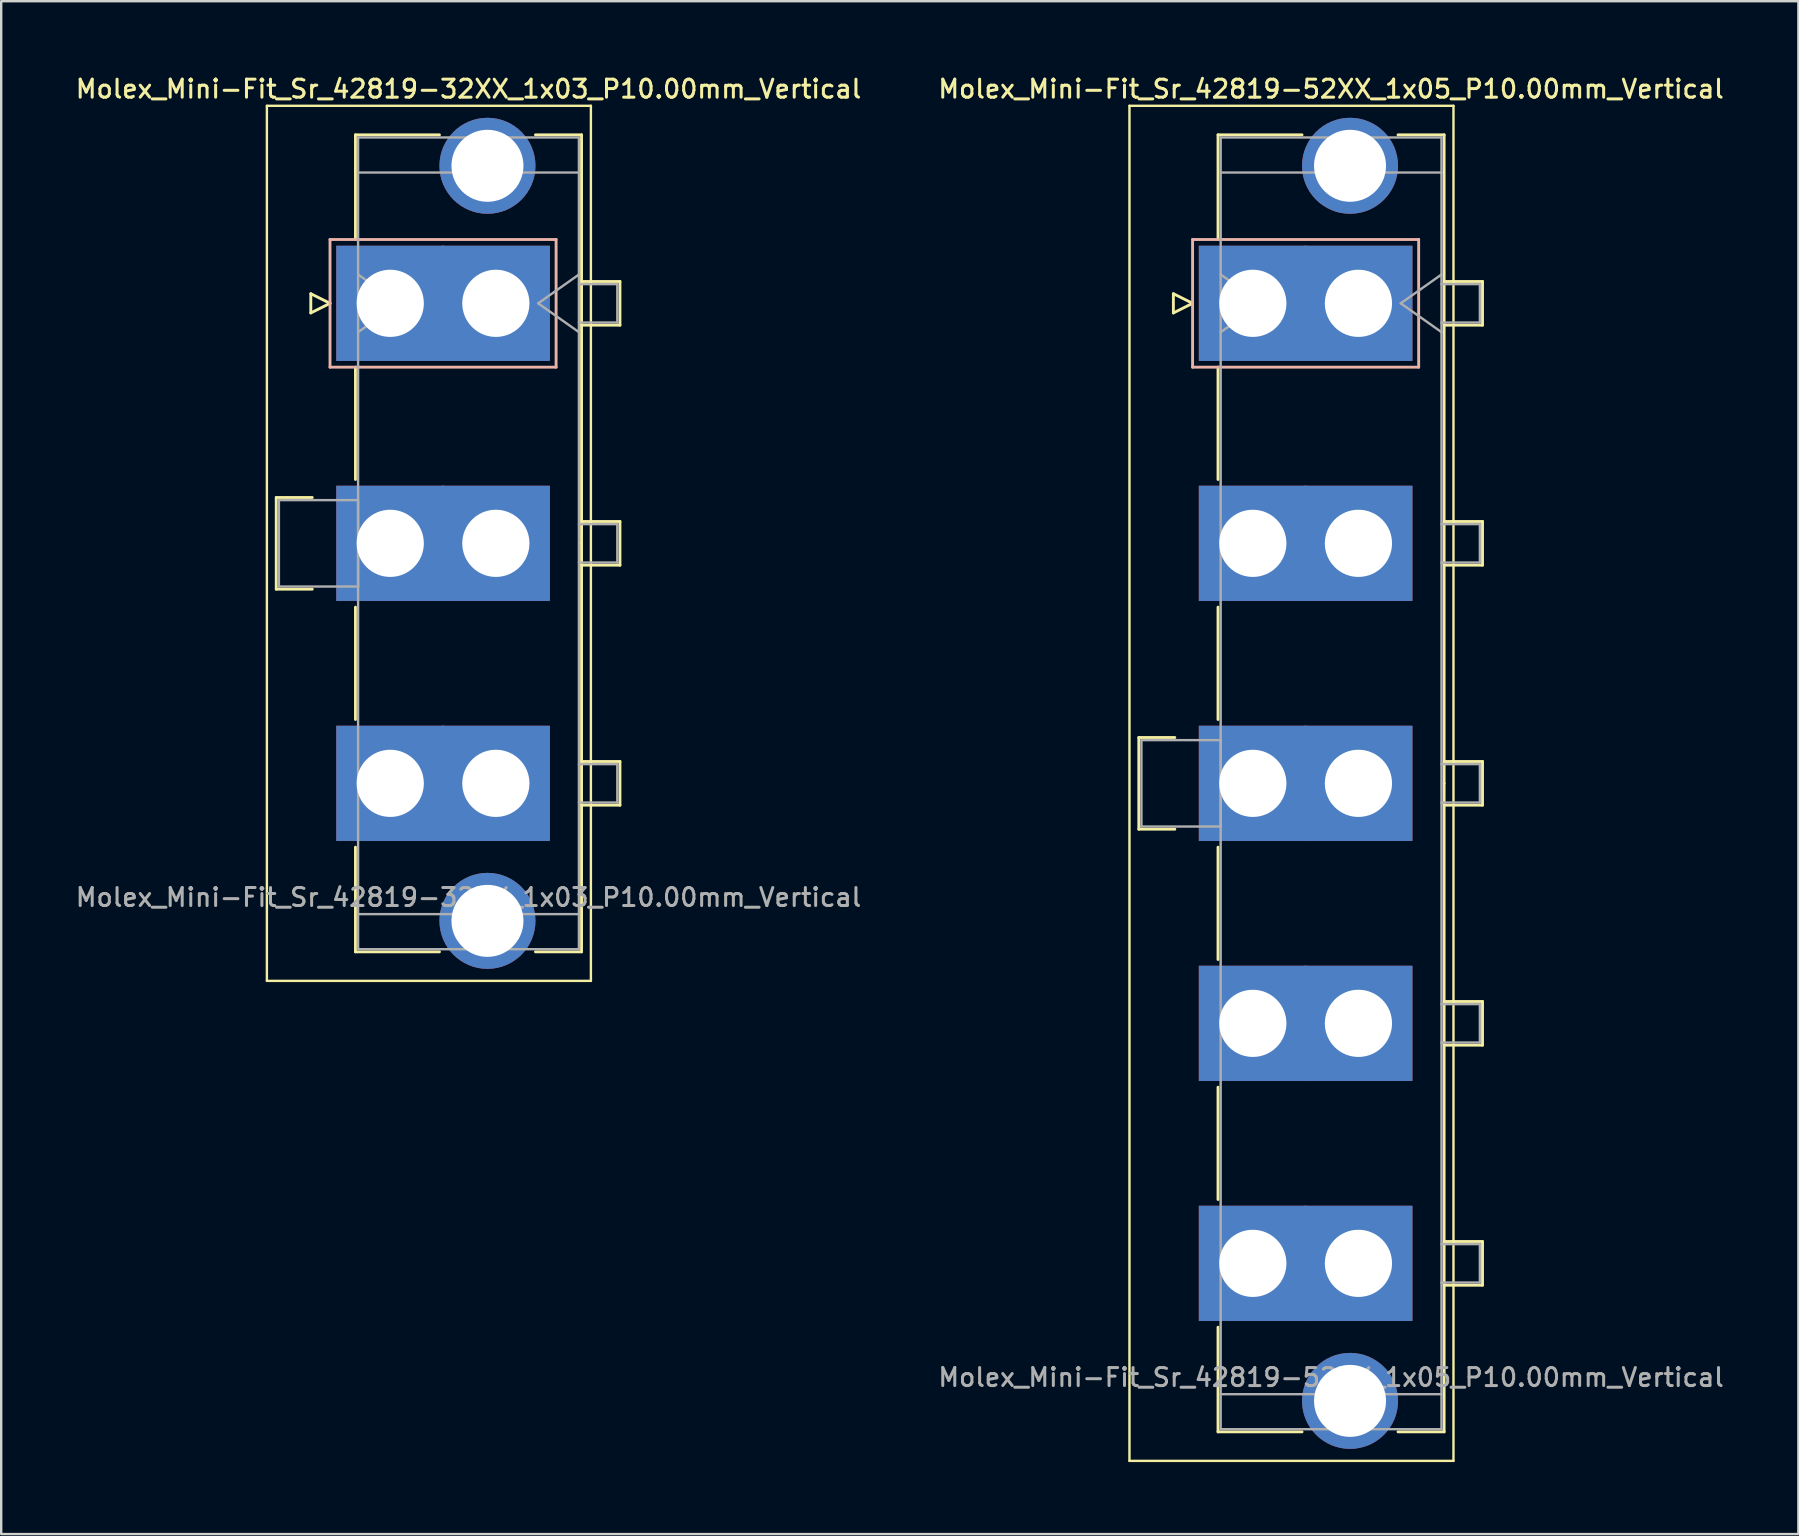
<source format=kicad_pcb>
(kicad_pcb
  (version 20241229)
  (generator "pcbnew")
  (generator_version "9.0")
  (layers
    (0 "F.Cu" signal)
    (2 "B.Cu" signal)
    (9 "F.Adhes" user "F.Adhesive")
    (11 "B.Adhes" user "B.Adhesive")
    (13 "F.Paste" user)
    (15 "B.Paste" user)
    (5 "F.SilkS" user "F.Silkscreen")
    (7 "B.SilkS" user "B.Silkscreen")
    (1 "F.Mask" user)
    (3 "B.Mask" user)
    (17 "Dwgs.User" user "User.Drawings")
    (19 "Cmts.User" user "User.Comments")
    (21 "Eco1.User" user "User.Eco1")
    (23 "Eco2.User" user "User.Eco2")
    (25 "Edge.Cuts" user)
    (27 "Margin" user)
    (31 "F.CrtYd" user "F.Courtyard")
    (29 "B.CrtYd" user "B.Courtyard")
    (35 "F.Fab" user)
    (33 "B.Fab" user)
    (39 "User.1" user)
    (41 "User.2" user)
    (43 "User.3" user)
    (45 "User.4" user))
  (footprint "Molex_Mini-Fit_Sr_42819-32XX_1x03_P10.00mm_Vertical"
    (layer "F.Cu")
    (at 13.21 9.588)
    (property "Reference" "Molex_Mini-Fit_Sr_42819-32XX_1x03_P10.00mm_Vertical" (at 3.26 -8.93 0) (layer "F.SilkS") (effects (font (size 0.75 0.75) (thickness 0.125))))
    (attr through_hole)
    (fp_line (start -5.14 -8.23) (end -5.14 28.23) (stroke (width 0.1) (type solid)) (layer "F.SilkS"))
    (fp_line (start -5.14 28.23) (end 8.36 28.23) (stroke (width 0.1) (type solid)) (layer "F.SilkS"))
    (fp_line (start -4.75 8.09) (end -4.75 11.91) (stroke (width 0.12) (type solid)) (layer "F.SilkS"))
    (fp_line (start -4.75 11.91) (end -3.25 11.91) (stroke (width 0.12) (type solid)) (layer "F.SilkS"))
    (fp_line (start -3.31 -0.4) (end -3.31 0.4) (stroke (width 0.12) (type solid)) (layer "F.SilkS"))
    (fp_line (start -3.31 0.4) (end -2.51 0) (stroke (width 0.12) (type solid)) (layer "F.SilkS"))
    (fp_line (start -3.25 8.09) (end -4.75 8.09) (stroke (width 0.12) (type solid)) (layer "F.SilkS"))
    (fp_line (start -2.51 0) (end -3.31 -0.4) (stroke (width 0.12) (type solid)) (layer "F.SilkS"))
    (fp_line (start -1.45 -7.02) (end 2.05 -7.02) (stroke (width 0.12) (type solid)) (layer "F.SilkS"))
    (fp_line (start -1.45 -2.66) (end -1.45 -7.02) (stroke (width 0.12) (type solid)) (layer "F.SilkS"))
    (fp_line (start -1.45 2.66) (end -1.45 7.34) (stroke (width 0.12) (type solid)) (layer "F.SilkS"))
    (fp_line (start -1.45 12.66) (end -1.45 17.34) (stroke (width 0.12) (type solid)) (layer "F.SilkS"))
    (fp_line (start -1.45 22.66) (end -1.45 27.02) (stroke (width 0.12) (type solid)) (layer "F.SilkS"))
    (fp_line (start -1.45 27.02) (end 2.05 27.02) (stroke (width 0.12) (type solid)) (layer "F.SilkS"))
    (fp_line (start 6.05 -7.02) (end 7.97 -7.02) (stroke (width 0.12) (type solid)) (layer "F.SilkS"))
    (fp_line (start 6.05 27.02) (end 7.97 27.02) (stroke (width 0.12) (type solid)) (layer "F.SilkS"))
    (fp_line (start 7.97 -7.02) (end 7.97 10) (stroke (width 0.12) (type solid)) (layer "F.SilkS"))
    (fp_line (start 7.97 -0.91) (end 9.57 -0.91) (stroke (width 0.12) (type solid)) (layer "F.SilkS"))
    (fp_line (start 7.97 9.09) (end 9.57 9.09) (stroke (width 0.12) (type solid)) (layer "F.SilkS"))
    (fp_line (start 7.97 19.09) (end 9.57 19.09) (stroke (width 0.12) (type solid)) (layer "F.SilkS"))
    (fp_line (start 7.97 27.02) (end 7.97 10) (stroke (width 0.12) (type solid)) (layer "F.SilkS"))
    (fp_line (start 8.36 -8.23) (end -5.14 -8.23) (stroke (width 0.1) (type solid)) (layer "F.SilkS"))
    (fp_line (start 8.36 28.23) (end 8.36 -8.23) (stroke (width 0.1) (type solid)) (layer "F.SilkS"))
    (fp_line (start 9.57 -0.91) (end 9.57 0.91) (stroke (width 0.12) (type solid)) (layer "F.SilkS"))
    (fp_line (start 9.57 0.91) (end 7.97 0.91) (stroke (width 0.12) (type solid)) (layer "F.SilkS"))
    (fp_line (start 9.57 9.09) (end 9.57 10.91) (stroke (width 0.12) (type solid)) (layer "F.SilkS"))
    (fp_line (start 9.57 10.91) (end 7.97 10.91) (stroke (width 0.12) (type solid)) (layer "F.SilkS"))
    (fp_line (start 9.57 19.09) (end 9.57 20.91) (stroke (width 0.12) (type solid)) (layer "F.SilkS"))
    (fp_line (start 9.57 20.91) (end 7.97 20.91) (stroke (width 0.12) (type solid)) (layer "F.SilkS"))
    (fp_line (start -2.51 -2.66) (end -2.51 2.66) (stroke (width 0.12) (type solid)) (layer "B.SilkS"))
    (fp_line (start -2.51 2.66) (end 6.91 2.66) (stroke (width 0.12) (type solid)) (layer "B.SilkS"))
    (fp_line (start 6.91 -2.66) (end -2.51 -2.66) (stroke (width 0.12) (type solid)) (layer "B.SilkS"))
    (fp_line (start 6.91 2.66) (end 6.91 -2.66) (stroke (width 0.12) (type solid)) (layer "B.SilkS"))
    (fp_line (start -4.64 8.2) (end -1.34 8.2) (stroke (width 0.1) (type solid)) (layer "F.Fab"))
    (fp_line (start -4.64 11.8) (end -4.64 8.2) (stroke (width 0.1) (type solid)) (layer "F.Fab"))
    (fp_line (start -1.34 -6.91) (end -1.34 26.91) (stroke (width 0.1) (type solid)) (layer "F.Fab"))
    (fp_line (start -1.34 -5.45) (end 7.86 -5.45) (stroke (width 0.1) (type solid)) (layer "F.Fab"))
    (fp_line (start -1.34 -1.2) (end 0.357 0) (stroke (width 0.1) (type solid)) (layer "F.Fab"))
    (fp_line (start -1.34 8.2) (end -1.34 11.8) (stroke (width 0.1) (type solid)) (layer "F.Fab"))
    (fp_line (start -1.34 11.8) (end -4.64 11.8) (stroke (width 0.1) (type solid)) (layer "F.Fab"))
    (fp_line (start -1.34 25.45) (end 7.86 25.45) (stroke (width 0.1) (type solid)) (layer "F.Fab"))
    (fp_line (start -1.34 26.91) (end 7.86 26.91) (stroke (width 0.1) (type solid)) (layer "F.Fab"))
    (fp_line (start 0.357 0) (end -1.34 1.2) (stroke (width 0.1) (type solid)) (layer "F.Fab"))
    (fp_line (start 6.163 0) (end 7.86 1.2) (stroke (width 0.1) (type solid)) (layer "F.Fab"))
    (fp_line (start 7.86 -6.91) (end -1.34 -6.91) (stroke (width 0.1) (type solid)) (layer "F.Fab"))
    (fp_line (start 7.86 -1.2) (end 6.163 0) (stroke (width 0.1) (type solid)) (layer "F.Fab"))
    (fp_line (start 7.86 -0.8) (end 9.46 -0.8) (stroke (width 0.1) (type solid)) (layer "F.Fab"))
    (fp_line (start 7.86 9.2) (end 9.46 9.2) (stroke (width 0.1) (type solid)) (layer "F.Fab"))
    (fp_line (start 7.86 19.2) (end 9.46 19.2) (stroke (width 0.1) (type solid)) (layer "F.Fab"))
    (fp_line (start 7.86 26.91) (end 7.86 -6.91) (stroke (width 0.1) (type solid)) (layer "F.Fab"))
    (fp_line (start 9.46 -0.8) (end 9.46 0.8) (stroke (width 0.1) (type solid)) (layer "F.Fab"))
    (fp_line (start 9.46 0.8) (end 7.86 0.8) (stroke (width 0.1) (type solid)) (layer "F.Fab"))
    (fp_line (start 9.46 9.2) (end 9.46 10.8) (stroke (width 0.1) (type solid)) (layer "F.Fab"))
    (fp_line (start 9.46 10.8) (end 7.86 10.8) (stroke (width 0.1) (type solid)) (layer "F.Fab"))
    (fp_line (start 9.46 19.2) (end 9.46 20.8) (stroke (width 0.1) (type solid)) (layer "F.Fab"))
    (fp_line (start 9.46 20.8) (end 7.86 20.8) (stroke (width 0.1) (type solid)) (layer "F.Fab"))
    (fp_text user "${REFERENCE}" (at 3.26 24.75 0) (layer "F.Fab") (effects (font (size 0.75 0.75) (thickness 0.125))))
    (pad "" thru_hole circle (at 4.05 -5.73) (size 4 4) (drill 3) (layers "*.Cu" "*.Mask"))
    (pad "" thru_hole circle (at 4.05 25.73) (size 4 4) (drill 3) (layers "*.Cu" "*.Mask"))
    (pad "1" thru_hole rect (at 0 0) (size 4.5 4.8) (drill 2.8) (layers "*.Cu" "*.Mask"))
    (pad "1" thru_hole rect (at 4.4 0) (size 4.5 4.8) (drill 2.8) (layers "*.Cu" "*.Mask"))
    (pad "2" thru_hole rect (at 0 10) (size 4.5 4.8) (drill 2.8) (layers "*.Cu" "*.Mask"))
    (pad "2" thru_hole rect (at 4.4 10) (size 4.5 4.8) (drill 2.8) (layers "*.Cu" "*.Mask"))
    (pad "3" thru_hole rect (at 0 20) (size 4.5 4.8) (drill 2.8) (layers "*.Cu" "*.Mask"))
    (pad "3" thru_hole rect (at 4.4 20) (size 4.5 4.8) (drill 2.8) (layers "*.Cu" "*.Mask")))
  (footprint "Molex_Mini-Fit_Sr_42819-52XX_1x05_P10.00mm_Vertical"
    (layer "F.Cu")
    (at 49.149 9.588)
    (property "Reference" "Molex_Mini-Fit_Sr_42819-52XX_1x05_P10.00mm_Vertical" (at 3.26 -8.93 0) (layer "F.SilkS") (effects (font (size 0.75 0.75) (thickness 0.125))))
    (attr through_hole)
    (fp_line (start -5.14 -8.23) (end -5.14 48.23) (stroke (width 0.1) (type solid)) (layer "F.SilkS"))
    (fp_line (start -5.14 48.23) (end 8.36 48.23) (stroke (width 0.1) (type solid)) (layer "F.SilkS"))
    (fp_line (start -4.75 18.09) (end -4.75 21.91) (stroke (width 0.12) (type solid)) (layer "F.SilkS"))
    (fp_line (start -4.75 21.91) (end -3.25 21.91) (stroke (width 0.12) (type solid)) (layer "F.SilkS"))
    (fp_line (start -3.31 -0.4) (end -3.31 0.4) (stroke (width 0.12) (type solid)) (layer "F.SilkS"))
    (fp_line (start -3.31 0.4) (end -2.51 0) (stroke (width 0.12) (type solid)) (layer "F.SilkS"))
    (fp_line (start -3.25 18.09) (end -4.75 18.09) (stroke (width 0.12) (type solid)) (layer "F.SilkS"))
    (fp_line (start -2.51 0) (end -3.31 -0.4) (stroke (width 0.12) (type solid)) (layer "F.SilkS"))
    (fp_line (start -1.45 -7.02) (end 2.05 -7.02) (stroke (width 0.12) (type solid)) (layer "F.SilkS"))
    (fp_line (start -1.45 -2.66) (end -1.45 -7.02) (stroke (width 0.12) (type solid)) (layer "F.SilkS"))
    (fp_line (start -1.45 2.66) (end -1.45 7.34) (stroke (width 0.12) (type solid)) (layer "F.SilkS"))
    (fp_line (start -1.45 12.66) (end -1.45 17.34) (stroke (width 0.12) (type solid)) (layer "F.SilkS"))
    (fp_line (start -1.45 22.66) (end -1.45 27.34) (stroke (width 0.12) (type solid)) (layer "F.SilkS"))
    (fp_line (start -1.45 32.66) (end -1.45 37.34) (stroke (width 0.12) (type solid)) (layer "F.SilkS"))
    (fp_line (start -1.45 42.66) (end -1.45 47.02) (stroke (width 0.12) (type solid)) (layer "F.SilkS"))
    (fp_line (start -1.45 47.02) (end 2.05 47.02) (stroke (width 0.12) (type solid)) (layer "F.SilkS"))
    (fp_line (start 6.05 -7.02) (end 7.97 -7.02) (stroke (width 0.12) (type solid)) (layer "F.SilkS"))
    (fp_line (start 6.05 47.02) (end 7.97 47.02) (stroke (width 0.12) (type solid)) (layer "F.SilkS"))
    (fp_line (start 7.97 -7.02) (end 7.97 20) (stroke (width 0.12) (type solid)) (layer "F.SilkS"))
    (fp_line (start 7.97 -0.91) (end 9.57 -0.91) (stroke (width 0.12) (type solid)) (layer "F.SilkS"))
    (fp_line (start 7.97 9.09) (end 9.57 9.09) (stroke (width 0.12) (type solid)) (layer "F.SilkS"))
    (fp_line (start 7.97 19.09) (end 9.57 19.09) (stroke (width 0.12) (type solid)) (layer "F.SilkS"))
    (fp_line (start 7.97 29.09) (end 9.57 29.09) (stroke (width 0.12) (type solid)) (layer "F.SilkS"))
    (fp_line (start 7.97 39.09) (end 9.57 39.09) (stroke (width 0.12) (type solid)) (layer "F.SilkS"))
    (fp_line (start 7.97 47.02) (end 7.97 20) (stroke (width 0.12) (type solid)) (layer "F.SilkS"))
    (fp_line (start 8.36 -8.23) (end -5.14 -8.23) (stroke (width 0.1) (type solid)) (layer "F.SilkS"))
    (fp_line (start 8.36 48.23) (end 8.36 -8.23) (stroke (width 0.1) (type solid)) (layer "F.SilkS"))
    (fp_line (start 9.57 -0.91) (end 9.57 0.91) (stroke (width 0.12) (type solid)) (layer "F.SilkS"))
    (fp_line (start 9.57 0.91) (end 7.97 0.91) (stroke (width 0.12) (type solid)) (layer "F.SilkS"))
    (fp_line (start 9.57 9.09) (end 9.57 10.91) (stroke (width 0.12) (type solid)) (layer "F.SilkS"))
    (fp_line (start 9.57 10.91) (end 7.97 10.91) (stroke (width 0.12) (type solid)) (layer "F.SilkS"))
    (fp_line (start 9.57 19.09) (end 9.57 20.91) (stroke (width 0.12) (type solid)) (layer "F.SilkS"))
    (fp_line (start 9.57 20.91) (end 7.97 20.91) (stroke (width 0.12) (type solid)) (layer "F.SilkS"))
    (fp_line (start 9.57 29.09) (end 9.57 30.91) (stroke (width 0.12) (type solid)) (layer "F.SilkS"))
    (fp_line (start 9.57 30.91) (end 7.97 30.91) (stroke (width 0.12) (type solid)) (layer "F.SilkS"))
    (fp_line (start 9.57 39.09) (end 9.57 40.91) (stroke (width 0.12) (type solid)) (layer "F.SilkS"))
    (fp_line (start 9.57 40.91) (end 7.97 40.91) (stroke (width 0.12) (type solid)) (layer "F.SilkS"))
    (fp_line (start -2.51 -2.66) (end -2.51 2.66) (stroke (width 0.12) (type solid)) (layer "B.SilkS"))
    (fp_line (start -2.51 2.66) (end 6.91 2.66) (stroke (width 0.12) (type solid)) (layer "B.SilkS"))
    (fp_line (start 6.91 -2.66) (end -2.51 -2.66) (stroke (width 0.12) (type solid)) (layer "B.SilkS"))
    (fp_line (start 6.91 2.66) (end 6.91 -2.66) (stroke (width 0.12) (type solid)) (layer "B.SilkS"))
    (fp_line (start -4.64 18.2) (end -1.34 18.2) (stroke (width 0.1) (type solid)) (layer "F.Fab"))
    (fp_line (start -4.64 21.8) (end -4.64 18.2) (stroke (width 0.1) (type solid)) (layer "F.Fab"))
    (fp_line (start -1.34 -6.91) (end -1.34 46.91) (stroke (width 0.1) (type solid)) (layer "F.Fab"))
    (fp_line (start -1.34 -5.45) (end 7.86 -5.45) (stroke (width 0.1) (type solid)) (layer "F.Fab"))
    (fp_line (start -1.34 -1.2) (end 0.357 0) (stroke (width 0.1) (type solid)) (layer "F.Fab"))
    (fp_line (start -1.34 18.2) (end -1.34 21.8) (stroke (width 0.1) (type solid)) (layer "F.Fab"))
    (fp_line (start -1.34 21.8) (end -4.64 21.8) (stroke (width 0.1) (type solid)) (layer "F.Fab"))
    (fp_line (start -1.34 45.45) (end 7.86 45.45) (stroke (width 0.1) (type solid)) (layer "F.Fab"))
    (fp_line (start -1.34 46.91) (end 7.86 46.91) (stroke (width 0.1) (type solid)) (layer "F.Fab"))
    (fp_line (start 0.357 0) (end -1.34 1.2) (stroke (width 0.1) (type solid)) (layer "F.Fab"))
    (fp_line (start 6.163 0) (end 7.86 1.2) (stroke (width 0.1) (type solid)) (layer "F.Fab"))
    (fp_line (start 7.86 -6.91) (end -1.34 -6.91) (stroke (width 0.1) (type solid)) (layer "F.Fab"))
    (fp_line (start 7.86 -1.2) (end 6.163 0) (stroke (width 0.1) (type solid)) (layer "F.Fab"))
    (fp_line (start 7.86 -0.8) (end 9.46 -0.8) (stroke (width 0.1) (type solid)) (layer "F.Fab"))
    (fp_line (start 7.86 9.2) (end 9.46 9.2) (stroke (width 0.1) (type solid)) (layer "F.Fab"))
    (fp_line (start 7.86 19.2) (end 9.46 19.2) (stroke (width 0.1) (type solid)) (layer "F.Fab"))
    (fp_line (start 7.86 29.2) (end 9.46 29.2) (stroke (width 0.1) (type solid)) (layer "F.Fab"))
    (fp_line (start 7.86 39.2) (end 9.46 39.2) (stroke (width 0.1) (type solid)) (layer "F.Fab"))
    (fp_line (start 7.86 46.91) (end 7.86 -6.91) (stroke (width 0.1) (type solid)) (layer "F.Fab"))
    (fp_line (start 9.46 -0.8) (end 9.46 0.8) (stroke (width 0.1) (type solid)) (layer "F.Fab"))
    (fp_line (start 9.46 0.8) (end 7.86 0.8) (stroke (width 0.1) (type solid)) (layer "F.Fab"))
    (fp_line (start 9.46 9.2) (end 9.46 10.8) (stroke (width 0.1) (type solid)) (layer "F.Fab"))
    (fp_line (start 9.46 10.8) (end 7.86 10.8) (stroke (width 0.1) (type solid)) (layer "F.Fab"))
    (fp_line (start 9.46 19.2) (end 9.46 20.8) (stroke (width 0.1) (type solid)) (layer "F.Fab"))
    (fp_line (start 9.46 20.8) (end 7.86 20.8) (stroke (width 0.1) (type solid)) (layer "F.Fab"))
    (fp_line (start 9.46 29.2) (end 9.46 30.8) (stroke (width 0.1) (type solid)) (layer "F.Fab"))
    (fp_line (start 9.46 30.8) (end 7.86 30.8) (stroke (width 0.1) (type solid)) (layer "F.Fab"))
    (fp_line (start 9.46 39.2) (end 9.46 40.8) (stroke (width 0.1) (type solid)) (layer "F.Fab"))
    (fp_line (start 9.46 40.8) (end 7.86 40.8) (stroke (width 0.1) (type solid)) (layer "F.Fab"))
    (fp_text user "${REFERENCE}" (at 3.26 44.75 0) (layer "F.Fab") (effects (font (size 0.75 0.75) (thickness 0.125))))
    (pad "" thru_hole circle (at 4.05 -5.73) (size 4 4) (drill 3) (layers "*.Cu" "*.Mask"))
    (pad "" thru_hole circle (at 4.05 45.73) (size 4 4) (drill 3) (layers "*.Cu" "*.Mask"))
    (pad "1" thru_hole rect (at 0 0) (size 4.5 4.8) (drill 2.8) (layers "*.Cu" "*.Mask"))
    (pad "1" thru_hole rect (at 4.4 0) (size 4.5 4.8) (drill 2.8) (layers "*.Cu" "*.Mask"))
    (pad "2" thru_hole rect (at 0 10) (size 4.5 4.8) (drill 2.8) (layers "*.Cu" "*.Mask"))
    (pad "2" thru_hole rect (at 4.4 10) (size 4.5 4.8) (drill 2.8) (layers "*.Cu" "*.Mask"))
    (pad "3" thru_hole rect (at 0 20) (size 4.5 4.8) (drill 2.8) (layers "*.Cu" "*.Mask"))
    (pad "3" thru_hole rect (at 4.4 20) (size 4.5 4.8) (drill 2.8) (layers "*.Cu" "*.Mask"))
    (pad "4" thru_hole rect (at 0 30) (size 4.5 4.8) (drill 2.8) (layers "*.Cu" "*.Mask"))
    (pad "4" thru_hole rect (at 4.4 30) (size 4.5 4.8) (drill 2.8) (layers "*.Cu" "*.Mask"))
    (pad "5" thru_hole rect (at 0 40) (size 4.5 4.8) (drill 2.8) (layers "*.Cu" "*.Mask"))
    (pad "5" thru_hole rect (at 4.4 40) (size 4.5 4.8) (drill 2.8) (layers "*.Cu" "*.Mask")))
  (gr_rect
    (start -3 -3)
    (end 71.879 60.868)
    (stroke (width 0.1) (type default))
    (fill no)
    (layer "Edge.Cuts")))
</source>
